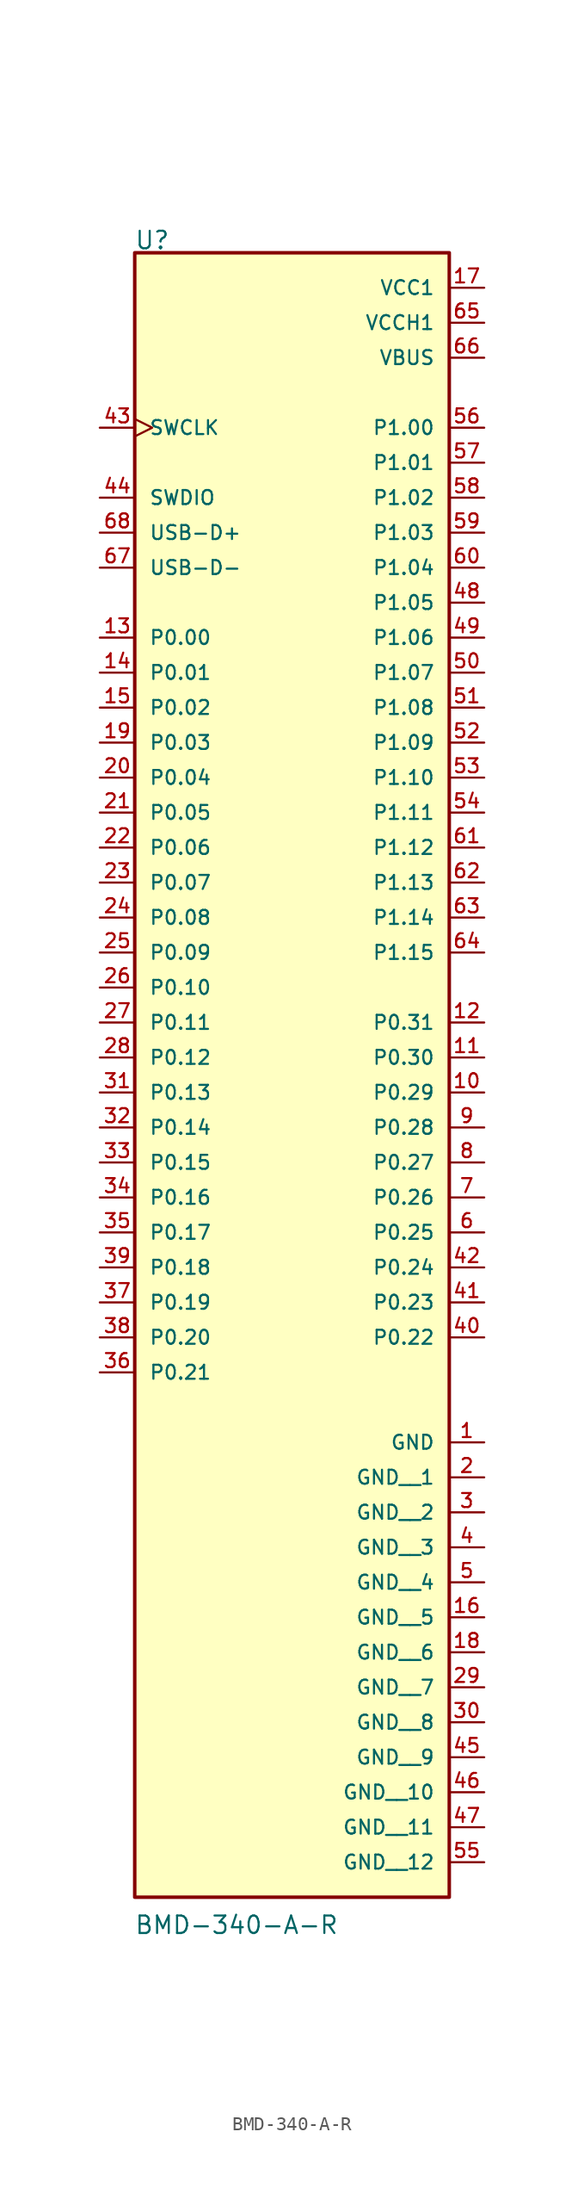
<source format=kicad_sym>
(kicad_symbol_lib
  (version 20211014)
  (generator kicad_symbol_editor)
  (symbol "BMD-340-A-R"
    (pin_names
      (offset 1.016))
    (property "Reference" "U"
      (at -10.199 43.344 0)
      (effects (font (size 1.27 1.27)) (justify bottom left)))
    (property "Value" "BMD-340-A-R"
      (at -10.207 -78.962 0)
      (effects (font (size 1.27 1.27)) (justify bottom left)))
    (symbol "BMD-340-A-R_0_0"
      (rectangle (start -10.16 -76.2) (end 12.7 43.18) (stroke (width 0.254)) (fill (type background)))
      (pin bidirectional line (at -12.7 15.24 0) (length 2.54) (name "P0.00" (effects (font (size 1.016 1.016)))) (number "13" (effects (font (size 1.016 1.016)))))
      (pin bidirectional line (at -12.7 12.7 0) (length 2.54) (name "P0.01" (effects (font (size 1.016 1.016)))) (number "14" (effects (font (size 1.016 1.016)))))
      (pin bidirectional line (at -12.7 10.16 0) (length 2.54) (name "P0.02" (effects (font (size 1.016 1.016)))) (number "15" (effects (font (size 1.016 1.016)))))
      (pin bidirectional line (at -12.7 7.62 0) (length 2.54) (name "P0.03" (effects (font (size 1.016 1.016)))) (number "19" (effects (font (size 1.016 1.016)))))
      (pin bidirectional line (at -12.7 5.08 0) (length 2.54) (name "P0.04" (effects (font (size 1.016 1.016)))) (number "20" (effects (font (size 1.016 1.016)))))
      (pin bidirectional line (at -12.7 2.54 0) (length 2.54) (name "P0.05" (effects (font (size 1.016 1.016)))) (number "21" (effects (font (size 1.016 1.016)))))
      (pin bidirectional line (at -12.7 0.0 0) (length 2.54) (name "P0.06" (effects (font (size 1.016 1.016)))) (number "22" (effects (font (size 1.016 1.016)))))
      (pin bidirectional line (at -12.7 -2.54 0) (length 2.54) (name "P0.07" (effects (font (size 1.016 1.016)))) (number "23" (effects (font (size 1.016 1.016)))))
      (pin bidirectional line (at -12.7 -5.08 0) (length 2.54) (name "P0.08" (effects (font (size 1.016 1.016)))) (number "24" (effects (font (size 1.016 1.016)))))
      (pin bidirectional line (at -12.7 -7.62 0) (length 2.54) (name "P0.09" (effects (font (size 1.016 1.016)))) (number "25" (effects (font (size 1.016 1.016)))))
      (pin bidirectional line (at -12.7 -10.16 0) (length 2.54) (name "P0.10" (effects (font (size 1.016 1.016)))) (number "26" (effects (font (size 1.016 1.016)))))
      (pin bidirectional line (at -12.7 -12.7 0) (length 2.54) (name "P0.11" (effects (font (size 1.016 1.016)))) (number "27" (effects (font (size 1.016 1.016)))))
      (pin bidirectional line (at -12.7 -15.24 0) (length 2.54) (name "P0.12" (effects (font (size 1.016 1.016)))) (number "28" (effects (font (size 1.016 1.016)))))
      (pin bidirectional line (at -12.7 -17.78 0) (length 2.54) (name "P0.13" (effects (font (size 1.016 1.016)))) (number "31" (effects (font (size 1.016 1.016)))))
      (pin bidirectional line (at -12.7 -20.32 0) (length 2.54) (name "P0.14" (effects (font (size 1.016 1.016)))) (number "32" (effects (font (size 1.016 1.016)))))
      (pin bidirectional line (at -12.7 -22.86 0) (length 2.54) (name "P0.15" (effects (font (size 1.016 1.016)))) (number "33" (effects (font (size 1.016 1.016)))))
      (pin bidirectional line (at -12.7 -25.4 0) (length 2.54) (name "P0.16" (effects (font (size 1.016 1.016)))) (number "34" (effects (font (size 1.016 1.016)))))
      (pin bidirectional line (at -12.7 -27.94 0) (length 2.54) (name "P0.17" (effects (font (size 1.016 1.016)))) (number "35" (effects (font (size 1.016 1.016)))))
      (pin bidirectional line (at -12.7 -30.48 0) (length 2.54) (name "P0.18" (effects (font (size 1.016 1.016)))) (number "39" (effects (font (size 1.016 1.016)))))
      (pin bidirectional line (at -12.7 -33.02 0) (length 2.54) (name "P0.19" (effects (font (size 1.016 1.016)))) (number "37" (effects (font (size 1.016 1.016)))))
      (pin bidirectional line (at -12.7 -35.56 0) (length 2.54) (name "P0.20" (effects (font (size 1.016 1.016)))) (number "38" (effects (font (size 1.016 1.016)))))
      (pin bidirectional line (at -12.7 -38.1 0) (length 2.54) (name "P0.21" (effects (font (size 1.016 1.016)))) (number "36" (effects (font (size 1.016 1.016)))))
      (pin bidirectional line (at 15.24 -35.56 180.0) (length 2.54) (name "P0.22" (effects (font (size 1.016 1.016)))) (number "40" (effects (font (size 1.016 1.016)))))
      (pin bidirectional line (at 15.24 -33.02 180.0) (length 2.54) (name "P0.23" (effects (font (size 1.016 1.016)))) (number "41" (effects (font (size 1.016 1.016)))))
      (pin bidirectional line (at 15.24 -30.48 180.0) (length 2.54) (name "P0.24" (effects (font (size 1.016 1.016)))) (number "42" (effects (font (size 1.016 1.016)))))
      (pin bidirectional line (at 15.24 -27.94 180.0) (length 2.54) (name "P0.25" (effects (font (size 1.016 1.016)))) (number "6" (effects (font (size 1.016 1.016)))))
      (pin bidirectional line (at 15.24 -25.4 180.0) (length 2.54) (name "P0.26" (effects (font (size 1.016 1.016)))) (number "7" (effects (font (size 1.016 1.016)))))
      (pin bidirectional line (at 15.24 -22.86 180.0) (length 2.54) (name "P0.27" (effects (font (size 1.016 1.016)))) (number "8" (effects (font (size 1.016 1.016)))))
      (pin bidirectional line (at 15.24 -20.32 180.0) (length 2.54) (name "P0.28" (effects (font (size 1.016 1.016)))) (number "9" (effects (font (size 1.016 1.016)))))
      (pin bidirectional line (at 15.24 -17.78 180.0) (length 2.54) (name "P0.29" (effects (font (size 1.016 1.016)))) (number "10" (effects (font (size 1.016 1.016)))))
      (pin bidirectional line (at 15.24 -15.24 180.0) (length 2.54) (name "P0.30" (effects (font (size 1.016 1.016)))) (number "11" (effects (font (size 1.016 1.016)))))
      (pin bidirectional line (at 15.24 -12.7 180.0) (length 2.54) (name "P0.31" (effects (font (size 1.016 1.016)))) (number "12" (effects (font (size 1.016 1.016)))))
      (pin bidirectional line (at 15.24 30.48 180.0) (length 2.54) (name "P1.00" (effects (font (size 1.016 1.016)))) (number "56" (effects (font (size 1.016 1.016)))))
      (pin bidirectional line (at 15.24 27.94 180.0) (length 2.54) (name "P1.01" (effects (font (size 1.016 1.016)))) (number "57" (effects (font (size 1.016 1.016)))))
      (pin bidirectional line (at 15.24 25.4 180.0) (length 2.54) (name "P1.02" (effects (font (size 1.016 1.016)))) (number "58" (effects (font (size 1.016 1.016)))))
      (pin bidirectional line (at 15.24 22.86 180.0) (length 2.54) (name "P1.03" (effects (font (size 1.016 1.016)))) (number "59" (effects (font (size 1.016 1.016)))))
      (pin bidirectional line (at 15.24 20.32 180.0) (length 2.54) (name "P1.04" (effects (font (size 1.016 1.016)))) (number "60" (effects (font (size 1.016 1.016)))))
      (pin bidirectional line (at 15.24 17.78 180.0) (length 2.54) (name "P1.05" (effects (font (size 1.016 1.016)))) (number "48" (effects (font (size 1.016 1.016)))))
      (pin bidirectional line (at 15.24 15.24 180.0) (length 2.54) (name "P1.06" (effects (font (size 1.016 1.016)))) (number "49" (effects (font (size 1.016 1.016)))))
      (pin bidirectional line (at 15.24 12.7 180.0) (length 2.54) (name "P1.07" (effects (font (size 1.016 1.016)))) (number "50" (effects (font (size 1.016 1.016)))))
      (pin bidirectional line (at 15.24 10.16 180.0) (length 2.54) (name "P1.08" (effects (font (size 1.016 1.016)))) (number "51" (effects (font (size 1.016 1.016)))))
      (pin bidirectional line (at 15.24 7.62 180.0) (length 2.54) (name "P1.09" (effects (font (size 1.016 1.016)))) (number "52" (effects (font (size 1.016 1.016)))))
      (pin bidirectional line (at 15.24 5.08 180.0) (length 2.54) (name "P1.10" (effects (font (size 1.016 1.016)))) (number "53" (effects (font (size 1.016 1.016)))))
      (pin bidirectional line (at 15.24 2.54 180.0) (length 2.54) (name "P1.11" (effects (font (size 1.016 1.016)))) (number "54" (effects (font (size 1.016 1.016)))))
      (pin bidirectional line (at 15.24 0.0 180.0) (length 2.54) (name "P1.12" (effects (font (size 1.016 1.016)))) (number "61" (effects (font (size 1.016 1.016)))))
      (pin bidirectional line (at 15.24 -2.54 180.0) (length 2.54) (name "P1.13" (effects (font (size 1.016 1.016)))) (number "62" (effects (font (size 1.016 1.016)))))
      (pin bidirectional line (at 15.24 -5.08 180.0) (length 2.54) (name "P1.14" (effects (font (size 1.016 1.016)))) (number "63" (effects (font (size 1.016 1.016)))))
      (pin bidirectional line (at 15.24 -7.62 180.0) (length 2.54) (name "P1.15" (effects (font (size 1.016 1.016)))) (number "64" (effects (font (size 1.016 1.016)))))
      (pin input clock (at -12.7 30.48 0) (length 2.54) (name "SWCLK" (effects (font (size 1.016 1.016)))) (number "43" (effects (font (size 1.016 1.016)))))
      (pin bidirectional line (at -12.7 25.4 0) (length 2.54) (name "SWDIO" (effects (font (size 1.016 1.016)))) (number "44" (effects (font (size 1.016 1.016)))))
      (pin bidirectional line (at -12.7 20.32 0) (length 2.54) (name "USB-D-" (effects (font (size 1.016 1.016)))) (number "67" (effects (font (size 1.016 1.016)))))
      (pin bidirectional line (at -12.7 22.86 0) (length 2.54) (name "USB-D+" (effects (font (size 1.016 1.016)))) (number "68" (effects (font (size 1.016 1.016)))))
      (pin power_in line (at 15.24 40.64 180.0) (length 2.54) (name "VCC1" (effects (font (size 1.016 1.016)))) (number "17" (effects (font (size 1.016 1.016)))))
      (pin power_in line (at 15.24 35.56 180.0) (length 2.54) (name "VBUS" (effects (font (size 1.016 1.016)))) (number "66" (effects (font (size 1.016 1.016)))))
      (pin power_in line (at 15.24 -43.18 180.0) (length 2.54) (name "GND" (effects (font (size 1.016 1.016)))) (number "1" (effects (font (size 1.016 1.016)))))
      (pin power_in line (at 15.24 38.1 180.0) (length 2.54) (name "VCCH1" (effects (font (size 1.016 1.016)))) (number "65" (effects (font (size 1.016 1.016)))))
      (pin power_in line (at 15.24 -45.72 180.0) (length 2.54) (name "GND__1" (effects (font (size 1.016 1.016)))) (number "2" (effects (font (size 1.016 1.016)))))
      (pin power_in line (at 15.24 -48.26 180.0) (length 2.54) (name "GND__2" (effects (font (size 1.016 1.016)))) (number "3" (effects (font (size 1.016 1.016)))))
      (pin power_in line (at 15.24 -50.8 180.0) (length 2.54) (name "GND__3" (effects (font (size 1.016 1.016)))) (number "4" (effects (font (size 1.016 1.016)))))
      (pin power_in line (at 15.24 -53.34 180.0) (length 2.54) (name "GND__4" (effects (font (size 1.016 1.016)))) (number "5" (effects (font (size 1.016 1.016)))))
      (pin power_in line (at 15.24 -55.88 180.0) (length 2.54) (name "GND__5" (effects (font (size 1.016 1.016)))) (number "16" (effects (font (size 1.016 1.016)))))
      (pin power_in line (at 15.24 -58.42 180.0) (length 2.54) (name "GND__6" (effects (font (size 1.016 1.016)))) (number "18" (effects (font (size 1.016 1.016)))))
      (pin power_in line (at 15.24 -60.96 180.0) (length 2.54) (name "GND__7" (effects (font (size 1.016 1.016)))) (number "29" (effects (font (size 1.016 1.016)))))
      (pin power_in line (at 15.24 -63.5 180.0) (length 2.54) (name "GND__8" (effects (font (size 1.016 1.016)))) (number "30" (effects (font (size 1.016 1.016)))))
      (pin power_in line (at 15.24 -66.04 180.0) (length 2.54) (name "GND__9" (effects (font (size 1.016 1.016)))) (number "45" (effects (font (size 1.016 1.016)))))
      (pin power_in line (at 15.24 -68.58 180.0) (length 2.54) (name "GND__10" (effects (font (size 1.016 1.016)))) (number "46" (effects (font (size 1.016 1.016)))))
      (pin power_in line (at 15.24 -71.12 180.0) (length 2.54) (name "GND__11" (effects (font (size 1.016 1.016)))) (number "47" (effects (font (size 1.016 1.016)))))
      (pin power_in line (at 15.24 -73.66 180.0) (length 2.54) (name "GND__12" (effects (font (size 1.016 1.016)))) (number "55" (effects (font (size 1.016 1.016))))))))
</source>
